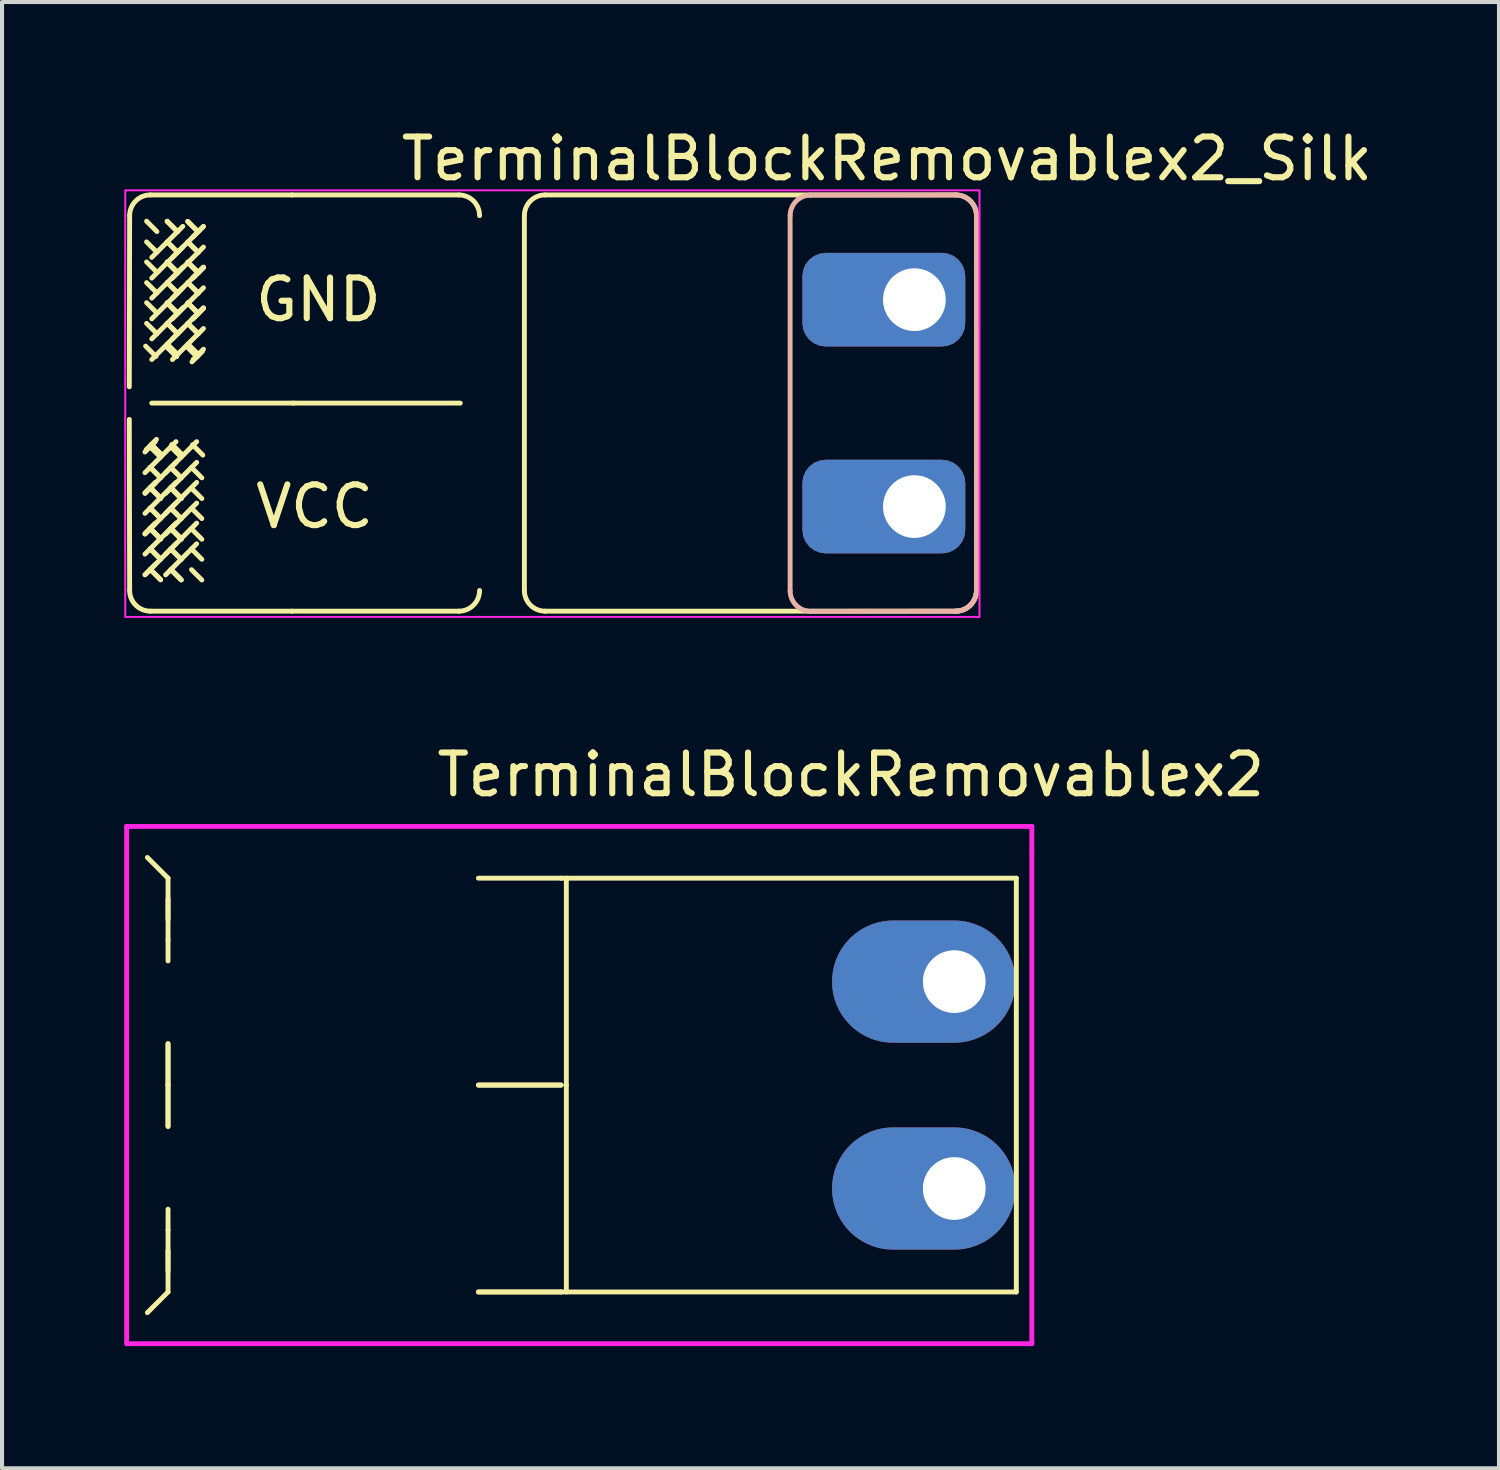
<source format=kicad_pcb>
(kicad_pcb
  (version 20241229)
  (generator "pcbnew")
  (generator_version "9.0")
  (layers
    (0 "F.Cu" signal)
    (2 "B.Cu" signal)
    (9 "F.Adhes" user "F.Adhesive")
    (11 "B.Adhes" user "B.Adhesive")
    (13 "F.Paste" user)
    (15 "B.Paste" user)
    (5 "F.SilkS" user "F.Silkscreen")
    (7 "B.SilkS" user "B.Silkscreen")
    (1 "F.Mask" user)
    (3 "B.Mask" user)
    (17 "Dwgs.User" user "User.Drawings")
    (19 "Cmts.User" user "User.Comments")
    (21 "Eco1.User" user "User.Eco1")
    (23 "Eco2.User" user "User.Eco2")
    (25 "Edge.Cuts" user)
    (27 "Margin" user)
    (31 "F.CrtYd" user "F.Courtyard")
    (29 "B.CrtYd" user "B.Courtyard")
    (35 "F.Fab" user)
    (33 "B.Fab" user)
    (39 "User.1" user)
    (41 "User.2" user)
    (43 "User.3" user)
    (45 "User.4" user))
  (footprint "TerminalBlockRemovablex2"
    (layer "F.Cu")
    (at 20.38 21.052)
    (property "Reference" "TerminalBlockRemovablex2" (at -2.54 -5.08 0) (layer "F.SilkS") (effects (font (size 1 1) (thickness 0.15))))
    (attr through_hole)
    (fp_line (start -19.812 -3.048) (end -19.304 -2.54) (stroke (width 0.12) (type solid)) (layer "F.SilkS"))
    (fp_line (start -19.812 8.128) (end -19.304 7.62) (stroke (width 0.12) (type solid)) (layer "F.SilkS"))
    (fp_line (start -19.304 -2.54) (end -19.304 -1.524) (stroke (width 0.12) (type solid)) (layer "F.SilkS"))
    (fp_line (start -19.304 -2.032) (end -19.304 -1.016) (stroke (width 0.12) (type solid)) (layer "F.SilkS"))
    (fp_line (start -19.304 -0.508) (end -19.304 -1.016) (stroke (width 0.12) (type solid)) (layer "F.SilkS"))
    (fp_line (start -19.304 2.54) (end -19.304 1.524) (stroke (width 0.12) (type solid)) (layer "F.SilkS"))
    (fp_line (start -19.304 2.54) (end -19.304 1.524) (stroke (width 0.12) (type solid)) (layer "F.SilkS"))
    (fp_line (start -19.304 2.54) (end -19.304 3.556) (stroke (width 0.12) (type solid)) (layer "F.SilkS"))
    (fp_line (start -19.304 2.54) (end -19.304 3.556) (stroke (width 0.12) (type solid)) (layer "F.SilkS"))
    (fp_line (start -19.304 5.588) (end -19.304 6.096) (stroke (width 0.12) (type solid)) (layer "F.SilkS"))
    (fp_line (start -19.304 6.096) (end -19.304 7.112) (stroke (width 0.12) (type solid)) (layer "F.SilkS"))
    (fp_line (start -19.304 7.62) (end -19.304 6.604) (stroke (width 0.12) (type solid)) (layer "F.SilkS"))
    (fp_line (start -9.652 -2.54) (end -11.684 -2.54) (stroke (width 0.12) (type solid)) (layer "F.SilkS"))
    (fp_line (start -9.652 2.54) (end -11.684 2.54) (stroke (width 0.12) (type solid)) (layer "F.SilkS"))
    (fp_line (start -9.652 2.54) (end -11.684 2.54) (stroke (width 0.12) (type solid)) (layer "F.SilkS"))
    (fp_line (start -9.652 7.62) (end -11.684 7.62) (stroke (width 0.12) (type solid)) (layer "F.SilkS"))
    (fp_line (start -9.652 7.62) (end -11.684 7.62) (stroke (width 0.12) (type solid)) (layer "F.SilkS"))
    (fp_line (start -9.525 2.54) (end -9.525 -2.54) (stroke (width 0.12) (type solid)) (layer "F.SilkS"))
    (fp_line (start -9.525 2.54) (end -9.525 7.62) (stroke (width 0.12) (type solid)) (layer "F.SilkS"))
    (fp_line (start 1.524 -2.54) (end -9.652 -2.54) (stroke (width 0.12) (type solid)) (layer "F.SilkS"))
    (fp_line (start 1.524 -2.54) (end 1.524 7.62) (stroke (width 0.12) (type solid)) (layer "F.SilkS"))
    (fp_line (start 1.524 7.62) (end -9.652 7.62) (stroke (width 0.12) (type solid)) (layer "F.SilkS"))
    (fp_line (start -20.32 -3.81) (end -20.32 8.89) (stroke (width 0.12) (type solid)) (layer "F.CrtYd"))
    (fp_line (start 1.905 -3.81) (end -20.32 -3.81) (stroke (width 0.12) (type solid)) (layer "F.CrtYd"))
    (fp_line (start 1.905 -3.81) (end 1.905 -3.175) (stroke (width 0.12) (type solid)) (layer "F.CrtYd"))
    (fp_line (start 1.905 -3.175) (end 1.905 8.89) (stroke (width 0.12) (type solid)) (layer "F.CrtYd"))
    (fp_line (start 1.905 8.89) (end -20.32 8.89) (stroke (width 0.12) (type solid)) (layer "F.CrtYd"))
    (pad "1" thru_hole oval (at 0 0) (size 4.5 3) (drill 1.54 (offset -0.75 0)) (layers "*.Cu" "*.Mask"))
    (pad "2" thru_hole oval (at 0 5.08) (size 4.5 3) (drill 1.54 (offset -0.75 0)) (layers "*.Cu" "*.Mask")))
  (footprint "TerminalBlockRemovablex2_Silk"
    (layer "F.Cu")
    (at 20.925 6.848)
    (property "Reference" "TerminalBlockRemovablex2_Silk" (at -2.2 -6 0) (layer "F.SilkS") (effects (font (size 1 1) (thickness 0.15))))
    (attr through_hole)
    (fp_line (start -20.792 -4.604) (end -20.8 -0.4) (stroke (width 0.12) (type solid)) (layer "F.SilkS"))
    (fp_line (start -20.792 4.6) (end -20.8 0.4) (stroke (width 0.12) (type solid)) (layer "F.SilkS"))
    (fp_line (start -20.289 1.073) (end -20.035 1.327) (stroke (width 0.12) (type solid)) (layer "F.SilkS"))
    (fp_line (start -20.289 1.581) (end -20.035 1.835) (stroke (width 0.12) (type solid)) (layer "F.SilkS"))
    (fp_line (start -20.289 2.073) (end -20.035 2.327) (stroke (width 0.12) (type solid)) (layer "F.SilkS"))
    (fp_line (start -20.289 2.581) (end -20.035 2.835) (stroke (width 0.12) (type solid)) (layer "F.SilkS"))
    (fp_line (start -20.289 3.073) (end -20.035 3.327) (stroke (width 0.12) (type solid)) (layer "F.SilkS"))
    (fp_line (start -20.289 3.581) (end -20.035 3.835) (stroke (width 0.12) (type solid)) (layer "F.SilkS"))
    (fp_line (start -20.284 -5.112) (end -16.804 -5.112) (stroke (width 0.12) (type solid)) (layer "F.SilkS"))
    (fp_line (start -20.284 5.108) (end -16.804 5.108) (stroke (width 0.12) (type solid)) (layer "F.SilkS"))
    (fp_line (start -20.284 1.575) (end -20.03 1.829) (stroke (width 0.12) (type solid)) (layer "F.SilkS"))
    (fp_line (start -20.284 2.083) (end -20.03 2.337) (stroke (width 0.12) (type solid)) (layer "F.SilkS"))
    (fp_line (start -20.284 2.083) (end -20.03 2.337) (stroke (width 0.12) (type solid)) (layer "F.SilkS"))
    (fp_line (start -20.284 2.575) (end -20.03 2.829) (stroke (width 0.12) (type solid)) (layer "F.SilkS"))
    (fp_line (start -20.284 3.083) (end -20.03 3.337) (stroke (width 0.12) (type solid)) (layer "F.SilkS"))
    (fp_line (start -20.284 3.083) (end -20.03 3.337) (stroke (width 0.12) (type solid)) (layer "F.SilkS"))
    (fp_line (start -20.284 3.575) (end -20.03 3.829) (stroke (width 0.12) (type solid)) (layer "F.SilkS"))
    (fp_line (start -20.284 4.083) (end -20.03 4.337) (stroke (width 0.12) (type solid)) (layer "F.SilkS"))
    (fp_line (start -20.284 4.083) (end -20.03 4.337) (stroke (width 0.12) (type solid)) (layer "F.SilkS"))
    (fp_line (start -20.26 1.016) (end -20.006 1.27) (stroke (width 0.12) (type solid)) (layer "F.SilkS"))
    (fp_line (start -20.26 1.016) (end -20.006 1.27) (stroke (width 0.12) (type solid)) (layer "F.SilkS"))
    (fp_line (start -20.249 -3.578) (end -19.487 -4.34) (stroke (width 0.12) (type solid)) (layer "F.SilkS"))
    (fp_line (start -20.249 -3.07) (end -18.979 -4.34) (stroke (width 0.12) (type solid)) (layer "F.SilkS"))
    (fp_line (start -20.249 -2.578) (end -19.487 -3.34) (stroke (width 0.12) (type solid)) (layer "F.SilkS"))
    (fp_line (start -20.249 -2.07) (end -18.979 -3.34) (stroke (width 0.12) (type solid)) (layer "F.SilkS"))
    (fp_line (start -20.249 -1.578) (end -19.487 -2.34) (stroke (width 0.12) (type solid)) (layer "F.SilkS"))
    (fp_line (start -20.249 -1.07) (end -18.979 -2.34) (stroke (width 0.12) (type solid)) (layer "F.SilkS"))
    (fp_line (start -20.249 0) (end -16.769 0) (stroke (width 0.12) (type solid)) (layer "F.SilkS"))
    (fp_line (start -20.162 0.946) (end -20.416 1.2) (stroke (width 0.12) (type solid)) (layer "F.SilkS"))
    (fp_line (start -20.162 1.946) (end -20.416 2.2) (stroke (width 0.12) (type solid)) (layer "F.SilkS"))
    (fp_line (start -20.162 2.946) (end -20.416 3.2) (stroke (width 0.12) (type solid)) (layer "F.SilkS"))
    (fp_line (start -20.157 1.956) (end -20.411 2.21) (stroke (width 0.12) (type solid)) (layer "F.SilkS"))
    (fp_line (start -20.157 2.956) (end -20.411 3.21) (stroke (width 0.12) (type solid)) (layer "F.SilkS"))
    (fp_line (start -20.157 3.956) (end -20.411 4.21) (stroke (width 0.12) (type solid)) (layer "F.SilkS"))
    (fp_line (start -20.146 -1.146) (end -20.4 -1.4) (stroke (width 0.12) (type solid)) (layer "F.SilkS"))
    (fp_line (start -20.133 0.889) (end -20.387 1.143) (stroke (width 0.12) (type solid)) (layer "F.SilkS"))
    (fp_line (start -20.122 -4.213) (end -20.376 -4.467) (stroke (width 0.12) (type solid)) (layer "F.SilkS"))
    (fp_line (start -20.122 -3.705) (end -20.376 -3.959) (stroke (width 0.12) (type solid)) (layer "F.SilkS"))
    (fp_line (start -20.122 -3.213) (end -20.376 -3.467) (stroke (width 0.12) (type solid)) (layer "F.SilkS"))
    (fp_line (start -20.122 -2.705) (end -20.376 -2.959) (stroke (width 0.12) (type solid)) (layer "F.SilkS"))
    (fp_line (start -20.122 -2.213) (end -20.376 -2.467) (stroke (width 0.12) (type solid)) (layer "F.SilkS"))
    (fp_line (start -20.122 -1.705) (end -20.376 -1.959) (stroke (width 0.12) (type solid)) (layer "F.SilkS"))
    (fp_line (start -19.781 1.073) (end -19.527 1.327) (stroke (width 0.12) (type solid)) (layer "F.SilkS"))
    (fp_line (start -19.781 1.581) (end -19.527 1.835) (stroke (width 0.12) (type solid)) (layer "F.SilkS"))
    (fp_line (start -19.781 1.581) (end -19.527 1.835) (stroke (width 0.12) (type solid)) (layer "F.SilkS"))
    (fp_line (start -19.781 2.073) (end -19.527 2.327) (stroke (width 0.12) (type solid)) (layer "F.SilkS"))
    (fp_line (start -19.781 2.089) (end -19.527 2.343) (stroke (width 0.12) (type solid)) (layer "F.SilkS"))
    (fp_line (start -19.781 2.581) (end -19.527 2.835) (stroke (width 0.12) (type solid)) (layer "F.SilkS"))
    (fp_line (start -19.781 2.581) (end -19.527 2.835) (stroke (width 0.12) (type solid)) (layer "F.SilkS"))
    (fp_line (start -19.781 3.073) (end -19.527 3.327) (stroke (width 0.12) (type solid)) (layer "F.SilkS"))
    (fp_line (start -19.781 3.089) (end -19.527 3.343) (stroke (width 0.12) (type solid)) (layer "F.SilkS"))
    (fp_line (start -19.781 3.581) (end -19.527 3.835) (stroke (width 0.12) (type solid)) (layer "F.SilkS"))
    (fp_line (start -19.781 3.581) (end -19.527 3.835) (stroke (width 0.12) (type solid)) (layer "F.SilkS"))
    (fp_line (start -19.781 4.089) (end -19.527 4.343) (stroke (width 0.12) (type solid)) (layer "F.SilkS"))
    (fp_line (start -19.776 2.083) (end -19.522 2.337) (stroke (width 0.12) (type solid)) (layer "F.SilkS"))
    (fp_line (start -19.776 3.083) (end -19.522 3.337) (stroke (width 0.12) (type solid)) (layer "F.SilkS"))
    (fp_line (start -19.776 4.083) (end -19.522 4.337) (stroke (width 0.12) (type solid)) (layer "F.SilkS"))
    (fp_line (start -19.757 1.022) (end -19.503 1.276) (stroke (width 0.12) (type solid)) (layer "F.SilkS"))
    (fp_line (start -19.752 1.016) (end -19.498 1.27) (stroke (width 0.12) (type solid)) (layer "F.SilkS"))
    (fp_line (start -19.741 -3.578) (end -19.487 -3.832) (stroke (width 0.12) (type solid)) (layer "F.SilkS"))
    (fp_line (start -19.741 -3.07) (end -18.979 -3.832) (stroke (width 0.12) (type solid)) (layer "F.SilkS"))
    (fp_line (start -19.741 -2.578) (end -19.487 -2.832) (stroke (width 0.12) (type solid)) (layer "F.SilkS"))
    (fp_line (start -19.741 -2.07) (end -18.979 -2.832) (stroke (width 0.12) (type solid)) (layer "F.SilkS"))
    (fp_line (start -19.741 -1.578) (end -19.487 -1.832) (stroke (width 0.12) (type solid)) (layer "F.SilkS"))
    (fp_line (start -19.741 -1.07) (end -18.979 -1.832) (stroke (width 0.12) (type solid)) (layer "F.SilkS"))
    (fp_line (start -19.654 0.946) (end -20.416 1.708) (stroke (width 0.12) (type solid)) (layer "F.SilkS"))
    (fp_line (start -19.654 1.454) (end -19.908 1.708) (stroke (width 0.12) (type solid)) (layer "F.SilkS"))
    (fp_line (start -19.654 1.946) (end -20.416 2.708) (stroke (width 0.12) (type solid)) (layer "F.SilkS"))
    (fp_line (start -19.654 2.454) (end -19.908 2.708) (stroke (width 0.12) (type solid)) (layer "F.SilkS"))
    (fp_line (start -19.654 2.946) (end -20.416 3.708) (stroke (width 0.12) (type solid)) (layer "F.SilkS"))
    (fp_line (start -19.654 3.454) (end -19.908 3.708) (stroke (width 0.12) (type solid)) (layer "F.SilkS"))
    (fp_line (start -19.643 -1.14) (end -19.897 -1.394) (stroke (width 0.12) (type solid)) (layer "F.SilkS"))
    (fp_line (start -19.638 -1.146) (end -19.892 -1.4) (stroke (width 0.12) (type solid)) (layer "F.SilkS"))
    (fp_line (start -19.619 -4.207) (end -19.873 -4.461) (stroke (width 0.12) (type solid)) (layer "F.SilkS"))
    (fp_line (start -19.619 -3.207) (end -19.873 -3.461) (stroke (width 0.12) (type solid)) (layer "F.SilkS"))
    (fp_line (start -19.619 -2.207) (end -19.873 -2.461) (stroke (width 0.12) (type solid)) (layer "F.SilkS"))
    (fp_line (start -19.614 -4.213) (end -19.868 -4.467) (stroke (width 0.12) (type solid)) (layer "F.SilkS"))
    (fp_line (start -19.614 -3.705) (end -19.868 -3.959) (stroke (width 0.12) (type solid)) (layer "F.SilkS"))
    (fp_line (start -19.614 -3.705) (end -19.868 -3.959) (stroke (width 0.12) (type solid)) (layer "F.SilkS"))
    (fp_line (start -19.614 -3.213) (end -19.868 -3.467) (stroke (width 0.12) (type solid)) (layer "F.SilkS"))
    (fp_line (start -19.614 -3.197) (end -19.868 -3.451) (stroke (width 0.12) (type solid)) (layer "F.SilkS"))
    (fp_line (start -19.614 -2.705) (end -19.868 -2.959) (stroke (width 0.12) (type solid)) (layer "F.SilkS"))
    (fp_line (start -19.614 -2.705) (end -19.868 -2.959) (stroke (width 0.12) (type solid)) (layer "F.SilkS"))
    (fp_line (start -19.614 -2.213) (end -19.868 -2.467) (stroke (width 0.12) (type solid)) (layer "F.SilkS"))
    (fp_line (start -19.614 -2.197) (end -19.868 -2.451) (stroke (width 0.12) (type solid)) (layer "F.SilkS"))
    (fp_line (start -19.614 -1.705) (end -19.868 -1.959) (stroke (width 0.12) (type solid)) (layer "F.SilkS"))
    (fp_line (start -19.614 -1.705) (end -19.868 -1.959) (stroke (width 0.12) (type solid)) (layer "F.SilkS"))
    (fp_line (start -19.614 -1.197) (end -19.868 -1.451) (stroke (width 0.12) (type solid)) (layer "F.SilkS"))
    (fp_line (start -19.273 1.581) (end -19.019 1.835) (stroke (width 0.12) (type solid)) (layer "F.SilkS"))
    (fp_line (start -19.273 2.089) (end -19.019 2.343) (stroke (width 0.12) (type solid)) (layer "F.SilkS"))
    (fp_line (start -19.273 2.581) (end -19.019 2.835) (stroke (width 0.12) (type solid)) (layer "F.SilkS"))
    (fp_line (start -19.273 3.089) (end -19.019 3.343) (stroke (width 0.12) (type solid)) (layer "F.SilkS"))
    (fp_line (start -19.273 3.581) (end -19.019 3.835) (stroke (width 0.12) (type solid)) (layer "F.SilkS"))
    (fp_line (start -19.273 4.089) (end -19.019 4.343) (stroke (width 0.12) (type solid)) (layer "F.SilkS"))
    (fp_line (start -19.262 -1.013) (end -19.008 -1.267) (stroke (width 0.12) (type solid)) (layer "F.SilkS"))
    (fp_line (start -19.249 1.022) (end -18.995 1.276) (stroke (width 0.12) (type solid)) (layer "F.SilkS"))
    (fp_line (start -19.238 -4.08) (end -18.984 -4.334) (stroke (width 0.12) (type solid)) (layer "F.SilkS"))
    (fp_line (start -19.238 -3.08) (end -18.984 -3.334) (stroke (width 0.12) (type solid)) (layer "F.SilkS"))
    (fp_line (start -19.238 -2.08) (end -18.984 -2.334) (stroke (width 0.12) (type solid)) (layer "F.SilkS"))
    (fp_line (start -19.233 -3.07) (end -18.979 -3.324) (stroke (width 0.12) (type solid)) (layer "F.SilkS"))
    (fp_line (start -19.233 -2.07) (end -18.979 -2.324) (stroke (width 0.12) (type solid)) (layer "F.SilkS"))
    (fp_line (start -19.233 -1.07) (end -18.979 -1.324) (stroke (width 0.12) (type solid)) (layer "F.SilkS"))
    (fp_line (start -19.146 0.946) (end -20.416 2.216) (stroke (width 0.12) (type solid)) (layer "F.SilkS"))
    (fp_line (start -19.146 1.454) (end -19.908 2.216) (stroke (width 0.12) (type solid)) (layer "F.SilkS"))
    (fp_line (start -19.146 1.946) (end -20.416 3.216) (stroke (width 0.12) (type solid)) (layer "F.SilkS"))
    (fp_line (start -19.146 2.454) (end -19.908 3.216) (stroke (width 0.12) (type solid)) (layer "F.SilkS"))
    (fp_line (start -19.146 2.946) (end -20.416 4.216) (stroke (width 0.12) (type solid)) (layer "F.SilkS"))
    (fp_line (start -19.146 3.454) (end -19.908 4.216) (stroke (width 0.12) (type solid)) (layer "F.SilkS"))
    (fp_line (start -19.135 -1.14) (end -19.389 -1.394) (stroke (width 0.12) (type solid)) (layer "F.SilkS"))
    (fp_line (start -19.135 -1.14) (end -19.389 -1.394) (stroke (width 0.12) (type solid)) (layer "F.SilkS"))
    (fp_line (start -19.111 -4.207) (end -19.365 -4.461) (stroke (width 0.12) (type solid)) (layer "F.SilkS"))
    (fp_line (start -19.111 -4.207) (end -19.365 -4.461) (stroke (width 0.12) (type solid)) (layer "F.SilkS"))
    (fp_line (start -19.111 -3.699) (end -19.365 -3.953) (stroke (width 0.12) (type solid)) (layer "F.SilkS"))
    (fp_line (start -19.111 -3.207) (end -19.365 -3.461) (stroke (width 0.12) (type solid)) (layer "F.SilkS"))
    (fp_line (start -19.111 -3.207) (end -19.365 -3.461) (stroke (width 0.12) (type solid)) (layer "F.SilkS"))
    (fp_line (start -19.111 -2.699) (end -19.365 -2.953) (stroke (width 0.12) (type solid)) (layer "F.SilkS"))
    (fp_line (start -19.111 -2.207) (end -19.365 -2.461) (stroke (width 0.12) (type solid)) (layer "F.SilkS"))
    (fp_line (start -19.111 -2.207) (end -19.365 -2.461) (stroke (width 0.12) (type solid)) (layer "F.SilkS"))
    (fp_line (start -19.111 -1.699) (end -19.365 -1.953) (stroke (width 0.12) (type solid)) (layer "F.SilkS"))
    (fp_line (start -19.106 -3.705) (end -19.36 -3.959) (stroke (width 0.12) (type solid)) (layer "F.SilkS"))
    (fp_line (start -19.106 -3.197) (end -19.36 -3.451) (stroke (width 0.12) (type solid)) (layer "F.SilkS"))
    (fp_line (start -19.106 -2.705) (end -19.36 -2.959) (stroke (width 0.12) (type solid)) (layer "F.SilkS"))
    (fp_line (start -19.106 -2.197) (end -19.36 -2.451) (stroke (width 0.12) (type solid)) (layer "F.SilkS"))
    (fp_line (start -19.106 -1.705) (end -19.36 -1.959) (stroke (width 0.12) (type solid)) (layer "F.SilkS"))
    (fp_line (start -19.106 -1.197) (end -19.36 -1.451) (stroke (width 0.12) (type solid)) (layer "F.SilkS"))
    (fp_line (start -16.804 -5.112) (end -12.708 -5.112) (stroke (width 0.12) (type solid)) (layer "F.SilkS"))
    (fp_line (start -16.804 5.108) (end -12.708 5.108) (stroke (width 0.12) (type solid)) (layer "F.SilkS"))
    (fp_line (start -16.769 0) (end -12.673 -0.000001) (stroke (width 0.12) (type solid)) (layer "F.SilkS"))
    (fp_line (start -11.1 -4.604) (end -11.1 4.6) (stroke (width 0.12) (type solid)) (layer "F.SilkS"))
    (fp_line (start -10.592 -5.112) (end -0.508 -5.112) (stroke (width 0.12) (type solid)) (layer "F.SilkS"))
    (fp_line (start -10.592 5.108) (end -0.45 5.108) (stroke (width 0.12) (type solid)) (layer "F.SilkS"))
    (fp_line (start 0 4.6) (end 0 -4.604) (stroke (width 0.12) (type solid)) (layer "F.SilkS"))
    (fp_arc (start -20.791999 -4.603999) (mid -20.643209 -4.963209) (end -20.283999 -5.111999) (stroke (width 0.12) (type solid)) (layer "F.SilkS"))
    (fp_arc (start -20.283999 5.108001) (mid -20.643209 4.959211) (end -20.791999 4.600001) (stroke (width 0.12) (type solid)) (layer "F.SilkS"))
    (fp_arc (start -12.708 -5.112) (mid -12.34879 -4.96321) (end -12.2 -4.604) (stroke (width 0.12) (type solid)) (layer "F.SilkS"))
    (fp_arc (start -12.2 4.6) (mid -12.34879 4.95921) (end -12.708 5.108) (stroke (width 0.12) (type solid)) (layer "F.SilkS"))
    (fp_arc (start -11.1 -4.604) (mid -10.95121 -4.96321) (end -10.592 -5.112) (stroke (width 0.12) (type solid)) (layer "F.SilkS"))
    (fp_arc (start -10.592 5.108) (mid -10.95121 4.95921) (end -11.1 4.6) (stroke (width 0.12) (type solid)) (layer "F.SilkS"))
    (fp_arc (start -0.508 -5.112) (mid -0.14879 -4.96321) (end 0 -4.604) (stroke (width 0.12) (type solid)) (layer "F.SilkS"))
    (fp_arc (start 0 4.6) (mid -0.14879 4.95921) (end -0.508 5.108) (stroke (width 0.12) (type solid)) (layer "F.SilkS"))
    (fp_line (start -4.575 4.604) (end -4.575 -4.6) (stroke (width 0.12) (type solid)) (layer "B.SilkS"))
    (fp_line (start -4.067 -5.108) (end -0.508 -5.112) (stroke (width 0.12) (type solid)) (layer "B.SilkS"))
    (fp_line (start -4.067 5.112) (end -0.45 5.108) (stroke (width 0.12) (type solid)) (layer "B.SilkS"))
    (fp_line (start 0 -4.604) (end 0 4.6) (stroke (width 0.12) (type solid)) (layer "B.SilkS"))
    (fp_line (start 0 -2.004) (end 0 4.6) (stroke (width 0.12) (type solid)) (layer "B.SilkS"))
    (fp_arc (start -4.575 -4.6) (mid -4.42621 -4.95921) (end -4.067 -5.108) (stroke (width 0.12) (type solid)) (layer "B.SilkS"))
    (fp_arc (start -4.067 5.112) (mid -4.42621 4.96321) (end -4.575 4.604) (stroke (width 0.12) (type solid)) (layer "B.SilkS"))
    (fp_arc (start -0.508 -5.112) (mid -0.14879 -4.96321) (end 0 -4.604) (stroke (width 0.12) (type solid)) (layer "B.SilkS"))
    (fp_arc (start 0 4.6) (mid -0.14879 4.95921) (end -0.508 5.108) (stroke (width 0.12) (type solid)) (layer "B.SilkS"))
    (fp_arc (start 0 4.6) (mid -0.14879 4.95921) (end -0.508 5.108) (stroke (width 0.12) (type solid)) (layer "B.SilkS"))
    (fp_rect (start 0.075 5.25) (end -20.9 -5.225) (stroke (width 0.05) (type solid)) (fill no) (layer "F.CrtYd"))
    (fp_text user "VCC" (at -17.78 2.54 0) (unlocked yes) (layer "F.SilkS") (effects (font (size 1 1) (thickness 0.15)) (justify left)))
    (fp_text user "GND" (at -17.78 -2.54 0) (unlocked yes) (layer "F.SilkS") (effects (font (size 1 1) (thickness 0.15)) (justify left)))
    (pad "1" thru_hole roundrect (at -1.524 -2.54) (size 4 2.3) (drill 1.54 (offset -0.75 0)) (layers "*.Cu" "*.Mask") (roundrect_rratio 0.25))
    (pad "2" thru_hole roundrect (at -1.524 2.54) (size 4 2.3) (drill 1.54 (offset -0.75 0)) (layers "*.Cu" "*.Mask") (roundrect_rratio 0.25)))
  (gr_rect
    (start -3 -3)
    (end 33.755 33.002)
    (stroke (width 0.1) (type default))
    (fill no)
    (layer "Edge.Cuts")))
</source>
